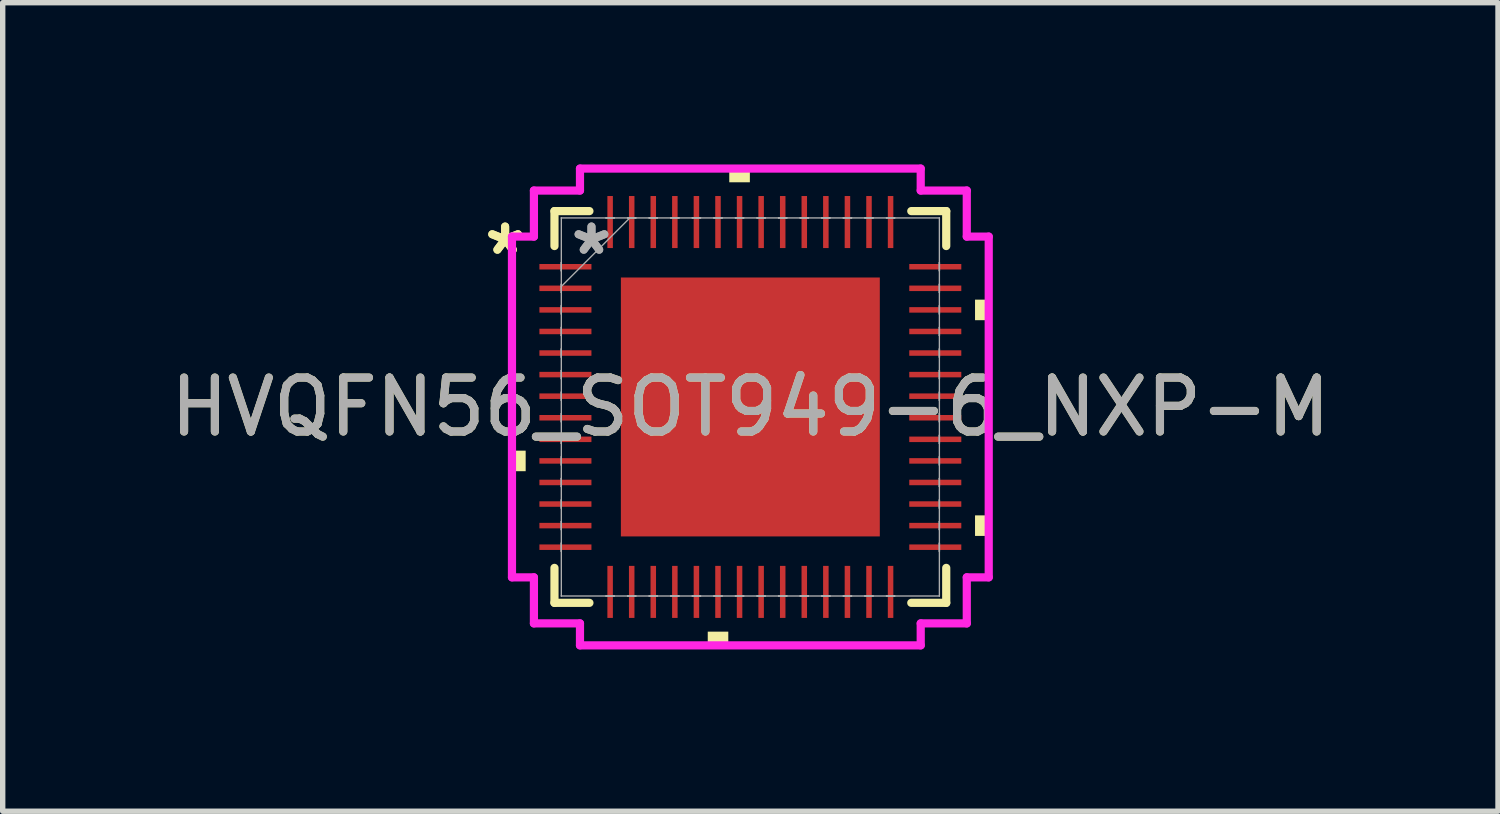
<source format=kicad_pcb>
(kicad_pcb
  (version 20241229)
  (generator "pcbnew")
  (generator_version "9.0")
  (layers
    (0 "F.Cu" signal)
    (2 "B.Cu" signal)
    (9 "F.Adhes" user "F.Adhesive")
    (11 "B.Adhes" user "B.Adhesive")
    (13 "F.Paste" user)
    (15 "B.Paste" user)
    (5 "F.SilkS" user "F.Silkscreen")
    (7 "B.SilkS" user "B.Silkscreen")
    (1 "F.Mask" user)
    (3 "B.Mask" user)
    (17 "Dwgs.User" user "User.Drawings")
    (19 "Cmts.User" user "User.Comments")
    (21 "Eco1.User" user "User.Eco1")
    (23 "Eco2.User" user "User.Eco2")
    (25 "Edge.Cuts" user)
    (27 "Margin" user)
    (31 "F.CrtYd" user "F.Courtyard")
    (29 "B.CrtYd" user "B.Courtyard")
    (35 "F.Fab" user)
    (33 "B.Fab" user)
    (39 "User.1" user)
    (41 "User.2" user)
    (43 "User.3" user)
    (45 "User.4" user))
  (footprint "HVQFN56_SOT949-6_NXP-M"
    (layer "F.Cu")
    (at 10.863 4.496)
    (property "Reference" "HVQFN56_SOT949-6_NXP-M" (at 0 0 0) (unlocked yes) (layer "F.SilkS") (effects (font (size 1 1) (thickness 0.15))))
    (attr smd)
    (fp_line (start -3.632 -3.632) (end -3.632 -2.984) (stroke (width 0.152) (type solid)) (layer "F.SilkS"))
    (fp_line (start -3.632 2.984) (end -3.632 3.632) (stroke (width 0.152) (type solid)) (layer "F.SilkS"))
    (fp_line (start -3.632 3.632) (end -2.984 3.632) (stroke (width 0.152) (type solid)) (layer "F.SilkS"))
    (fp_line (start -2.984 -3.632) (end -3.632 -3.632) (stroke (width 0.152) (type solid)) (layer "F.SilkS"))
    (fp_line (start 2.984 3.632) (end 3.632 3.632) (stroke (width 0.152) (type solid)) (layer "F.SilkS"))
    (fp_line (start 3.632 -3.632) (end 2.984 -3.632) (stroke (width 0.152) (type solid)) (layer "F.SilkS"))
    (fp_line (start 3.632 -2.984) (end 3.632 -3.632) (stroke (width 0.152) (type solid)) (layer "F.SilkS"))
    (fp_line (start 3.632 3.632) (end 3.632 2.984) (stroke (width 0.152) (type solid)) (layer "F.SilkS"))
    (fp_poly (pts (xy -4.42 0.81) (xy -4.42 1.191) (xy -4.166 1.191) (xy -4.166 0.81)) (stroke (width 0) (type solid)) (fill yes) (layer "F.SilkS"))
    (fp_poly (pts (xy -0.79 4.166) (xy -0.79 4.42) (xy -0.409 4.42) (xy -0.409 4.166)) (stroke (width 0) (type solid)) (fill yes) (layer "F.SilkS"))
    (fp_poly (pts (xy -0.391 -4.166) (xy -0.391 -4.42) (xy -0.009 -4.42) (xy -0.009 -4.166)) (stroke (width 0) (type solid)) (fill yes) (layer "F.SilkS"))
    (fp_poly (pts (xy 4.42 -1.99) (xy 4.42 -1.609) (xy 4.166 -1.609) (xy 4.166 -1.99)) (stroke (width 0) (type solid)) (fill yes) (layer "F.SilkS"))
    (fp_poly (pts (xy 4.42 2.01) (xy 4.42 2.391) (xy 4.166 2.391) (xy 4.166 2.01)) (stroke (width 0) (type solid)) (fill yes) (layer "F.SilkS"))
    (fp_poly (pts (xy -2.3 -2.3) (xy -2.3 -0.9) (xy -0.9 -0.9) (xy -0.9 -2.3)) (stroke (width 0) (type solid)) (fill yes) (layer "F.Paste"))
    (fp_poly (pts (xy -2.3 -0.7) (xy -2.3 0.7) (xy -0.9 0.7) (xy -0.9 -0.7)) (stroke (width 0) (type solid)) (fill yes) (layer "F.Paste"))
    (fp_poly (pts (xy -2.3 0.9) (xy -2.3 2.3) (xy -0.9 2.3) (xy -0.9 0.9)) (stroke (width 0) (type solid)) (fill yes) (layer "F.Paste"))
    (fp_poly (pts (xy -0.7 -2.3) (xy -0.7 -0.9) (xy 0.7 -0.9) (xy 0.7 -2.3)) (stroke (width 0) (type solid)) (fill yes) (layer "F.Paste"))
    (fp_poly (pts (xy -0.7 -0.7) (xy -0.7 0.7) (xy 0.7 0.7) (xy 0.7 -0.7)) (stroke (width 0) (type solid)) (fill yes) (layer "F.Paste"))
    (fp_poly (pts (xy -0.7 0.9) (xy -0.7 2.3) (xy 0.7 2.3) (xy 0.7 0.9)) (stroke (width 0) (type solid)) (fill yes) (layer "F.Paste"))
    (fp_poly (pts (xy 0.9 -2.3) (xy 0.9 -0.9) (xy 2.3 -0.9) (xy 2.3 -2.3)) (stroke (width 0) (type solid)) (fill yes) (layer "F.Paste"))
    (fp_poly (pts (xy 0.9 -0.7) (xy 0.9 0.7) (xy 2.3 0.7) (xy 2.3 -0.7)) (stroke (width 0) (type solid)) (fill yes) (layer "F.Paste"))
    (fp_poly (pts (xy 0.9 0.9) (xy 0.9 2.3) (xy 2.3 2.3) (xy 2.3 0.9)) (stroke (width 0) (type solid)) (fill yes) (layer "F.Paste"))
    (fp_line (start -4.42 -3.159) (end -4.013 -3.159) (stroke (width 0.152) (type solid)) (layer "F.CrtYd"))
    (fp_line (start -4.42 3.159) (end -4.42 -3.159) (stroke (width 0.152) (type solid)) (layer "F.CrtYd"))
    (fp_line (start -4.013 -4.013) (end -3.159 -4.013) (stroke (width 0.152) (type solid)) (layer "F.CrtYd"))
    (fp_line (start -4.013 -3.159) (end -4.013 -4.013) (stroke (width 0.152) (type solid)) (layer "F.CrtYd"))
    (fp_line (start -4.013 3.159) (end -4.42 3.159) (stroke (width 0.152) (type solid)) (layer "F.CrtYd"))
    (fp_line (start -4.013 4.013) (end -4.013 3.159) (stroke (width 0.152) (type solid)) (layer "F.CrtYd"))
    (fp_line (start -3.159 -4.42) (end 3.159 -4.42) (stroke (width 0.152) (type solid)) (layer "F.CrtYd"))
    (fp_line (start -3.159 -4.013) (end -3.159 -4.42) (stroke (width 0.152) (type solid)) (layer "F.CrtYd"))
    (fp_line (start -3.159 4.013) (end -4.013 4.013) (stroke (width 0.152) (type solid)) (layer "F.CrtYd"))
    (fp_line (start -3.159 4.42) (end -3.159 4.013) (stroke (width 0.152) (type solid)) (layer "F.CrtYd"))
    (fp_line (start 3.159 -4.42) (end 3.159 -4.013) (stroke (width 0.152) (type solid)) (layer "F.CrtYd"))
    (fp_line (start 3.159 -4.013) (end 4.013 -4.013) (stroke (width 0.152) (type solid)) (layer "F.CrtYd"))
    (fp_line (start 3.159 4.013) (end 3.159 4.42) (stroke (width 0.152) (type solid)) (layer "F.CrtYd"))
    (fp_line (start 3.159 4.42) (end -3.159 4.42) (stroke (width 0.152) (type solid)) (layer "F.CrtYd"))
    (fp_line (start 4.013 -4.013) (end 4.013 -3.159) (stroke (width 0.152) (type solid)) (layer "F.CrtYd"))
    (fp_line (start 4.013 -3.159) (end 4.42 -3.159) (stroke (width 0.152) (type solid)) (layer "F.CrtYd"))
    (fp_line (start 4.013 3.159) (end 4.013 4.013) (stroke (width 0.152) (type solid)) (layer "F.CrtYd"))
    (fp_line (start 4.013 4.013) (end 3.159 4.013) (stroke (width 0.152) (type solid)) (layer "F.CrtYd"))
    (fp_line (start 4.42 -3.159) (end 4.42 3.159) (stroke (width 0.152) (type solid)) (layer "F.CrtYd"))
    (fp_line (start 4.42 3.159) (end 4.013 3.159) (stroke (width 0.152) (type solid)) (layer "F.CrtYd"))
    (fp_line (start -3.505 -3.505) (end -3.505 -3.505) (stroke (width 0.025) (type solid)) (layer "F.Fab"))
    (fp_line (start -3.505 -3.505) (end -3.505 3.505) (stroke (width 0.025) (type solid)) (layer "F.Fab"))
    (fp_line (start -3.505 -2.676) (end -3.505 -2.676) (stroke (width 0.025) (type solid)) (layer "F.Fab"))
    (fp_line (start -3.505 -2.676) (end -3.505 -2.524) (stroke (width 0.025) (type solid)) (layer "F.Fab"))
    (fp_line (start -3.505 -2.524) (end -3.505 -2.676) (stroke (width 0.025) (type solid)) (layer "F.Fab"))
    (fp_line (start -3.505 -2.524) (end -3.505 -2.524) (stroke (width 0.025) (type solid)) (layer "F.Fab"))
    (fp_line (start -3.505 -2.276) (end -3.505 -2.276) (stroke (width 0.025) (type solid)) (layer "F.Fab"))
    (fp_line (start -3.505 -2.276) (end -3.505 -2.124) (stroke (width 0.025) (type solid)) (layer "F.Fab"))
    (fp_line (start -3.505 -2.235) (end -2.235 -3.505) (stroke (width 0.025) (type solid)) (layer "F.Fab"))
    (fp_line (start -3.505 -2.124) (end -3.505 -2.276) (stroke (width 0.025) (type solid)) (layer "F.Fab"))
    (fp_line (start -3.505 -2.124) (end -3.505 -2.124) (stroke (width 0.025) (type solid)) (layer "F.Fab"))
    (fp_line (start -3.505 -1.876) (end -3.505 -1.876) (stroke (width 0.025) (type solid)) (layer "F.Fab"))
    (fp_line (start -3.505 -1.876) (end -3.505 -1.724) (stroke (width 0.025) (type solid)) (layer "F.Fab"))
    (fp_line (start -3.505 -1.724) (end -3.505 -1.876) (stroke (width 0.025) (type solid)) (layer "F.Fab"))
    (fp_line (start -3.505 -1.724) (end -3.505 -1.724) (stroke (width 0.025) (type solid)) (layer "F.Fab"))
    (fp_line (start -3.505 -1.476) (end -3.505 -1.476) (stroke (width 0.025) (type solid)) (layer "F.Fab"))
    (fp_line (start -3.505 -1.476) (end -3.505 -1.324) (stroke (width 0.025) (type solid)) (layer "F.Fab"))
    (fp_line (start -3.505 -1.324) (end -3.505 -1.476) (stroke (width 0.025) (type solid)) (layer "F.Fab"))
    (fp_line (start -3.505 -1.324) (end -3.505 -1.324) (stroke (width 0.025) (type solid)) (layer "F.Fab"))
    (fp_line (start -3.505 -1.076) (end -3.505 -1.076) (stroke (width 0.025) (type solid)) (layer "F.Fab"))
    (fp_line (start -3.505 -1.076) (end -3.505 -0.924) (stroke (width 0.025) (type solid)) (layer "F.Fab"))
    (fp_line (start -3.505 -0.924) (end -3.505 -1.076) (stroke (width 0.025) (type solid)) (layer "F.Fab"))
    (fp_line (start -3.505 -0.924) (end -3.505 -0.924) (stroke (width 0.025) (type solid)) (layer "F.Fab"))
    (fp_line (start -3.505 -0.676) (end -3.505 -0.676) (stroke (width 0.025) (type solid)) (layer "F.Fab"))
    (fp_line (start -3.505 -0.676) (end -3.505 -0.524) (stroke (width 0.025) (type solid)) (layer "F.Fab"))
    (fp_line (start -3.505 -0.524) (end -3.505 -0.676) (stroke (width 0.025) (type solid)) (layer "F.Fab"))
    (fp_line (start -3.505 -0.524) (end -3.505 -0.524) (stroke (width 0.025) (type solid)) (layer "F.Fab"))
    (fp_line (start -3.505 -0.276) (end -3.505 -0.276) (stroke (width 0.025) (type solid)) (layer "F.Fab"))
    (fp_line (start -3.505 -0.276) (end -3.505 -0.124) (stroke (width 0.025) (type solid)) (layer "F.Fab"))
    (fp_line (start -3.505 -0.124) (end -3.505 -0.276) (stroke (width 0.025) (type solid)) (layer "F.Fab"))
    (fp_line (start -3.505 -0.124) (end -3.505 -0.124) (stroke (width 0.025) (type solid)) (layer "F.Fab"))
    (fp_line (start -3.505 0.124) (end -3.505 0.124) (stroke (width 0.025) (type solid)) (layer "F.Fab"))
    (fp_line (start -3.505 0.124) (end -3.505 0.276) (stroke (width 0.025) (type solid)) (layer "F.Fab"))
    (fp_line (start -3.505 0.276) (end -3.505 0.124) (stroke (width 0.025) (type solid)) (layer "F.Fab"))
    (fp_line (start -3.505 0.276) (end -3.505 0.276) (stroke (width 0.025) (type solid)) (layer "F.Fab"))
    (fp_line (start -3.505 0.524) (end -3.505 0.524) (stroke (width 0.025) (type solid)) (layer "F.Fab"))
    (fp_line (start -3.505 0.524) (end -3.505 0.676) (stroke (width 0.025) (type solid)) (layer "F.Fab"))
    (fp_line (start -3.505 0.676) (end -3.505 0.524) (stroke (width 0.025) (type solid)) (layer "F.Fab"))
    (fp_line (start -3.505 0.676) (end -3.505 0.676) (stroke (width 0.025) (type solid)) (layer "F.Fab"))
    (fp_line (start -3.505 0.924) (end -3.505 0.924) (stroke (width 0.025) (type solid)) (layer "F.Fab"))
    (fp_line (start -3.505 0.924) (end -3.505 1.076) (stroke (width 0.025) (type solid)) (layer "F.Fab"))
    (fp_line (start -3.505 1.076) (end -3.505 0.924) (stroke (width 0.025) (type solid)) (layer "F.Fab"))
    (fp_line (start -3.505 1.076) (end -3.505 1.076) (stroke (width 0.025) (type solid)) (layer "F.Fab"))
    (fp_line (start -3.505 1.324) (end -3.505 1.324) (stroke (width 0.025) (type solid)) (layer "F.Fab"))
    (fp_line (start -3.505 1.324) (end -3.505 1.476) (stroke (width 0.025) (type solid)) (layer "F.Fab"))
    (fp_line (start -3.505 1.476) (end -3.505 1.324) (stroke (width 0.025) (type solid)) (layer "F.Fab"))
    (fp_line (start -3.505 1.476) (end -3.505 1.476) (stroke (width 0.025) (type solid)) (layer "F.Fab"))
    (fp_line (start -3.505 1.724) (end -3.505 1.724) (stroke (width 0.025) (type solid)) (layer "F.Fab"))
    (fp_line (start -3.505 1.724) (end -3.505 1.876) (stroke (width 0.025) (type solid)) (layer "F.Fab"))
    (fp_line (start -3.505 1.876) (end -3.505 1.724) (stroke (width 0.025) (type solid)) (layer "F.Fab"))
    (fp_line (start -3.505 1.876) (end -3.505 1.876) (stroke (width 0.025) (type solid)) (layer "F.Fab"))
    (fp_line (start -3.505 2.124) (end -3.505 2.124) (stroke (width 0.025) (type solid)) (layer "F.Fab"))
    (fp_line (start -3.505 2.124) (end -3.505 2.276) (stroke (width 0.025) (type solid)) (layer "F.Fab"))
    (fp_line (start -3.505 2.276) (end -3.505 2.124) (stroke (width 0.025) (type solid)) (layer "F.Fab"))
    (fp_line (start -3.505 2.276) (end -3.505 2.276) (stroke (width 0.025) (type solid)) (layer "F.Fab"))
    (fp_line (start -3.505 2.524) (end -3.505 2.524) (stroke (width 0.025) (type solid)) (layer "F.Fab"))
    (fp_line (start -3.505 2.524) (end -3.505 2.676) (stroke (width 0.025) (type solid)) (layer "F.Fab"))
    (fp_line (start -3.505 2.676) (end -3.505 2.524) (stroke (width 0.025) (type solid)) (layer "F.Fab"))
    (fp_line (start -3.505 2.676) (end -3.505 2.676) (stroke (width 0.025) (type solid)) (layer "F.Fab"))
    (fp_line (start -3.505 3.505) (end -3.505 3.505) (stroke (width 0.025) (type solid)) (layer "F.Fab"))
    (fp_line (start -3.505 3.505) (end 3.505 3.505) (stroke (width 0.025) (type solid)) (layer "F.Fab"))
    (fp_line (start -2.676 -3.505) (end -2.676 -3.505) (stroke (width 0.025) (type solid)) (layer "F.Fab"))
    (fp_line (start -2.676 -3.505) (end -2.524 -3.505) (stroke (width 0.025) (type solid)) (layer "F.Fab"))
    (fp_line (start -2.676 3.505) (end -2.676 3.505) (stroke (width 0.025) (type solid)) (layer "F.Fab"))
    (fp_line (start -2.676 3.505) (end -2.524 3.505) (stroke (width 0.025) (type solid)) (layer "F.Fab"))
    (fp_line (start -2.524 -3.505) (end -2.676 -3.505) (stroke (width 0.025) (type solid)) (layer "F.Fab"))
    (fp_line (start -2.524 -3.505) (end -2.524 -3.505) (stroke (width 0.025) (type solid)) (layer "F.Fab"))
    (fp_line (start -2.524 3.505) (end -2.676 3.505) (stroke (width 0.025) (type solid)) (layer "F.Fab"))
    (fp_line (start -2.524 3.505) (end -2.524 3.505) (stroke (width 0.025) (type solid)) (layer "F.Fab"))
    (fp_line (start -2.276 -3.505) (end -2.276 -3.505) (stroke (width 0.025) (type solid)) (layer "F.Fab"))
    (fp_line (start -2.276 -3.505) (end -2.124 -3.505) (stroke (width 0.025) (type solid)) (layer "F.Fab"))
    (fp_line (start -2.276 3.505) (end -2.276 3.505) (stroke (width 0.025) (type solid)) (layer "F.Fab"))
    (fp_line (start -2.276 3.505) (end -2.124 3.505) (stroke (width 0.025) (type solid)) (layer "F.Fab"))
    (fp_line (start -2.124 -3.505) (end -2.276 -3.505) (stroke (width 0.025) (type solid)) (layer "F.Fab"))
    (fp_line (start -2.124 -3.505) (end -2.124 -3.505) (stroke (width 0.025) (type solid)) (layer "F.Fab"))
    (fp_line (start -2.124 3.505) (end -2.276 3.505) (stroke (width 0.025) (type solid)) (layer "F.Fab"))
    (fp_line (start -2.124 3.505) (end -2.124 3.505) (stroke (width 0.025) (type solid)) (layer "F.Fab"))
    (fp_line (start -1.876 -3.505) (end -1.876 -3.505) (stroke (width 0.025) (type solid)) (layer "F.Fab"))
    (fp_line (start -1.876 -3.505) (end -1.724 -3.505) (stroke (width 0.025) (type solid)) (layer "F.Fab"))
    (fp_line (start -1.876 3.505) (end -1.876 3.505) (stroke (width 0.025) (type solid)) (layer "F.Fab"))
    (fp_line (start -1.876 3.505) (end -1.724 3.505) (stroke (width 0.025) (type solid)) (layer "F.Fab"))
    (fp_line (start -1.724 -3.505) (end -1.876 -3.505) (stroke (width 0.025) (type solid)) (layer "F.Fab"))
    (fp_line (start -1.724 -3.505) (end -1.724 -3.505) (stroke (width 0.025) (type solid)) (layer "F.Fab"))
    (fp_line (start -1.724 3.505) (end -1.876 3.505) (stroke (width 0.025) (type solid)) (layer "F.Fab"))
    (fp_line (start -1.724 3.505) (end -1.724 3.505) (stroke (width 0.025) (type solid)) (layer "F.Fab"))
    (fp_line (start -1.476 -3.505) (end -1.476 -3.505) (stroke (width 0.025) (type solid)) (layer "F.Fab"))
    (fp_line (start -1.476 -3.505) (end -1.324 -3.505) (stroke (width 0.025) (type solid)) (layer "F.Fab"))
    (fp_line (start -1.476 3.505) (end -1.476 3.505) (stroke (width 0.025) (type solid)) (layer "F.Fab"))
    (fp_line (start -1.476 3.505) (end -1.324 3.505) (stroke (width 0.025) (type solid)) (layer "F.Fab"))
    (fp_line (start -1.324 -3.505) (end -1.476 -3.505) (stroke (width 0.025) (type solid)) (layer "F.Fab"))
    (fp_line (start -1.324 -3.505) (end -1.324 -3.505) (stroke (width 0.025) (type solid)) (layer "F.Fab"))
    (fp_line (start -1.324 3.505) (end -1.476 3.505) (stroke (width 0.025) (type solid)) (layer "F.Fab"))
    (fp_line (start -1.324 3.505) (end -1.324 3.505) (stroke (width 0.025) (type solid)) (layer "F.Fab"))
    (fp_line (start -1.076 -3.505) (end -1.076 -3.505) (stroke (width 0.025) (type solid)) (layer "F.Fab"))
    (fp_line (start -1.076 -3.505) (end -0.924 -3.505) (stroke (width 0.025) (type solid)) (layer "F.Fab"))
    (fp_line (start -1.076 3.505) (end -1.076 3.505) (stroke (width 0.025) (type solid)) (layer "F.Fab"))
    (fp_line (start -1.076 3.505) (end -0.924 3.505) (stroke (width 0.025) (type solid)) (layer "F.Fab"))
    (fp_line (start -0.924 -3.505) (end -1.076 -3.505) (stroke (width 0.025) (type solid)) (layer "F.Fab"))
    (fp_line (start -0.924 -3.505) (end -0.924 -3.505) (stroke (width 0.025) (type solid)) (layer "F.Fab"))
    (fp_line (start -0.924 3.505) (end -1.076 3.505) (stroke (width 0.025) (type solid)) (layer "F.Fab"))
    (fp_line (start -0.924 3.505) (end -0.924 3.505) (stroke (width 0.025) (type solid)) (layer "F.Fab"))
    (fp_line (start -0.676 -3.505) (end -0.676 -3.505) (stroke (width 0.025) (type solid)) (layer "F.Fab"))
    (fp_line (start -0.676 -3.505) (end -0.524 -3.505) (stroke (width 0.025) (type solid)) (layer "F.Fab"))
    (fp_line (start -0.676 3.505) (end -0.676 3.505) (stroke (width 0.025) (type solid)) (layer "F.Fab"))
    (fp_line (start -0.676 3.505) (end -0.524 3.505) (stroke (width 0.025) (type solid)) (layer "F.Fab"))
    (fp_line (start -0.524 -3.505) (end -0.676 -3.505) (stroke (width 0.025) (type solid)) (layer "F.Fab"))
    (fp_line (start -0.524 -3.505) (end -0.524 -3.505) (stroke (width 0.025) (type solid)) (layer "F.Fab"))
    (fp_line (start -0.524 3.505) (end -0.676 3.505) (stroke (width 0.025) (type solid)) (layer "F.Fab"))
    (fp_line (start -0.524 3.505) (end -0.524 3.505) (stroke (width 0.025) (type solid)) (layer "F.Fab"))
    (fp_line (start -0.276 -3.505) (end -0.276 -3.505) (stroke (width 0.025) (type solid)) (layer "F.Fab"))
    (fp_line (start -0.276 -3.505) (end -0.124 -3.505) (stroke (width 0.025) (type solid)) (layer "F.Fab"))
    (fp_line (start -0.276 3.505) (end -0.276 3.505) (stroke (width 0.025) (type solid)) (layer "F.Fab"))
    (fp_line (start -0.276 3.505) (end -0.124 3.505) (stroke (width 0.025) (type solid)) (layer "F.Fab"))
    (fp_line (start -0.124 -3.505) (end -0.276 -3.505) (stroke (width 0.025) (type solid)) (layer "F.Fab"))
    (fp_line (start -0.124 -3.505) (end -0.124 -3.505) (stroke (width 0.025) (type solid)) (layer "F.Fab"))
    (fp_line (start -0.124 3.505) (end -0.276 3.505) (stroke (width 0.025) (type solid)) (layer "F.Fab"))
    (fp_line (start -0.124 3.505) (end -0.124 3.505) (stroke (width 0.025) (type solid)) (layer "F.Fab"))
    (fp_line (start 0.124 -3.505) (end 0.124 -3.505) (stroke (width 0.025) (type solid)) (layer "F.Fab"))
    (fp_line (start 0.124 -3.505) (end 0.276 -3.505) (stroke (width 0.025) (type solid)) (layer "F.Fab"))
    (fp_line (start 0.124 3.505) (end 0.124 3.505) (stroke (width 0.025) (type solid)) (layer "F.Fab"))
    (fp_line (start 0.124 3.505) (end 0.276 3.505) (stroke (width 0.025) (type solid)) (layer "F.Fab"))
    (fp_line (start 0.276 -3.505) (end 0.124 -3.505) (stroke (width 0.025) (type solid)) (layer "F.Fab"))
    (fp_line (start 0.276 -3.505) (end 0.276 -3.505) (stroke (width 0.025) (type solid)) (layer "F.Fab"))
    (fp_line (start 0.276 3.505) (end 0.124 3.505) (stroke (width 0.025) (type solid)) (layer "F.Fab"))
    (fp_line (start 0.276 3.505) (end 0.276 3.505) (stroke (width 0.025) (type solid)) (layer "F.Fab"))
    (fp_line (start 0.524 -3.505) (end 0.524 -3.505) (stroke (width 0.025) (type solid)) (layer "F.Fab"))
    (fp_line (start 0.524 -3.505) (end 0.676 -3.505) (stroke (width 0.025) (type solid)) (layer "F.Fab"))
    (fp_line (start 0.524 3.505) (end 0.524 3.505) (stroke (width 0.025) (type solid)) (layer "F.Fab"))
    (fp_line (start 0.524 3.505) (end 0.676 3.505) (stroke (width 0.025) (type solid)) (layer "F.Fab"))
    (fp_line (start 0.676 -3.505) (end 0.524 -3.505) (stroke (width 0.025) (type solid)) (layer "F.Fab"))
    (fp_line (start 0.676 -3.505) (end 0.676 -3.505) (stroke (width 0.025) (type solid)) (layer "F.Fab"))
    (fp_line (start 0.676 3.505) (end 0.524 3.505) (stroke (width 0.025) (type solid)) (layer "F.Fab"))
    (fp_line (start 0.676 3.505) (end 0.676 3.505) (stroke (width 0.025) (type solid)) (layer "F.Fab"))
    (fp_line (start 0.924 -3.505) (end 0.924 -3.505) (stroke (width 0.025) (type solid)) (layer "F.Fab"))
    (fp_line (start 0.924 -3.505) (end 1.076 -3.505) (stroke (width 0.025) (type solid)) (layer "F.Fab"))
    (fp_line (start 0.924 3.505) (end 0.924 3.505) (stroke (width 0.025) (type solid)) (layer "F.Fab"))
    (fp_line (start 0.924 3.505) (end 1.076 3.505) (stroke (width 0.025) (type solid)) (layer "F.Fab"))
    (fp_line (start 1.076 -3.505) (end 0.924 -3.505) (stroke (width 0.025) (type solid)) (layer "F.Fab"))
    (fp_line (start 1.076 -3.505) (end 1.076 -3.505) (stroke (width 0.025) (type solid)) (layer "F.Fab"))
    (fp_line (start 1.076 3.505) (end 0.924 3.505) (stroke (width 0.025) (type solid)) (layer "F.Fab"))
    (fp_line (start 1.076 3.505) (end 1.076 3.505) (stroke (width 0.025) (type solid)) (layer "F.Fab"))
    (fp_line (start 1.324 -3.505) (end 1.324 -3.505) (stroke (width 0.025) (type solid)) (layer "F.Fab"))
    (fp_line (start 1.324 -3.505) (end 1.476 -3.505) (stroke (width 0.025) (type solid)) (layer "F.Fab"))
    (fp_line (start 1.324 3.505) (end 1.324 3.505) (stroke (width 0.025) (type solid)) (layer "F.Fab"))
    (fp_line (start 1.324 3.505) (end 1.476 3.505) (stroke (width 0.025) (type solid)) (layer "F.Fab"))
    (fp_line (start 1.476 -3.505) (end 1.324 -3.505) (stroke (width 0.025) (type solid)) (layer "F.Fab"))
    (fp_line (start 1.476 -3.505) (end 1.476 -3.505) (stroke (width 0.025) (type solid)) (layer "F.Fab"))
    (fp_line (start 1.476 3.505) (end 1.324 3.505) (stroke (width 0.025) (type solid)) (layer "F.Fab"))
    (fp_line (start 1.476 3.505) (end 1.476 3.505) (stroke (width 0.025) (type solid)) (layer "F.Fab"))
    (fp_line (start 1.724 -3.505) (end 1.724 -3.505) (stroke (width 0.025) (type solid)) (layer "F.Fab"))
    (fp_line (start 1.724 -3.505) (end 1.876 -3.505) (stroke (width 0.025) (type solid)) (layer "F.Fab"))
    (fp_line (start 1.724 3.505) (end 1.724 3.505) (stroke (width 0.025) (type solid)) (layer "F.Fab"))
    (fp_line (start 1.724 3.505) (end 1.876 3.505) (stroke (width 0.025) (type solid)) (layer "F.Fab"))
    (fp_line (start 1.876 -3.505) (end 1.724 -3.505) (stroke (width 0.025) (type solid)) (layer "F.Fab"))
    (fp_line (start 1.876 -3.505) (end 1.876 -3.505) (stroke (width 0.025) (type solid)) (layer "F.Fab"))
    (fp_line (start 1.876 3.505) (end 1.724 3.505) (stroke (width 0.025) (type solid)) (layer "F.Fab"))
    (fp_line (start 1.876 3.505) (end 1.876 3.505) (stroke (width 0.025) (type solid)) (layer "F.Fab"))
    (fp_line (start 2.124 -3.505) (end 2.124 -3.505) (stroke (width 0.025) (type solid)) (layer "F.Fab"))
    (fp_line (start 2.124 -3.505) (end 2.276 -3.505) (stroke (width 0.025) (type solid)) (layer "F.Fab"))
    (fp_line (start 2.124 3.505) (end 2.124 3.505) (stroke (width 0.025) (type solid)) (layer "F.Fab"))
    (fp_line (start 2.124 3.505) (end 2.276 3.505) (stroke (width 0.025) (type solid)) (layer "F.Fab"))
    (fp_line (start 2.276 -3.505) (end 2.124 -3.505) (stroke (width 0.025) (type solid)) (layer "F.Fab"))
    (fp_line (start 2.276 -3.505) (end 2.276 -3.505) (stroke (width 0.025) (type solid)) (layer "F.Fab"))
    (fp_line (start 2.276 3.505) (end 2.124 3.505) (stroke (width 0.025) (type solid)) (layer "F.Fab"))
    (fp_line (start 2.276 3.505) (end 2.276 3.505) (stroke (width 0.025) (type solid)) (layer "F.Fab"))
    (fp_line (start 2.524 -3.505) (end 2.524 -3.505) (stroke (width 0.025) (type solid)) (layer "F.Fab"))
    (fp_line (start 2.524 -3.505) (end 2.676 -3.505) (stroke (width 0.025) (type solid)) (layer "F.Fab"))
    (fp_line (start 2.524 3.505) (end 2.524 3.505) (stroke (width 0.025) (type solid)) (layer "F.Fab"))
    (fp_line (start 2.524 3.505) (end 2.676 3.505) (stroke (width 0.025) (type solid)) (layer "F.Fab"))
    (fp_line (start 2.676 -3.505) (end 2.524 -3.505) (stroke (width 0.025) (type solid)) (layer "F.Fab"))
    (fp_line (start 2.676 -3.505) (end 2.676 -3.505) (stroke (width 0.025) (type solid)) (layer "F.Fab"))
    (fp_line (start 2.676 3.505) (end 2.524 3.505) (stroke (width 0.025) (type solid)) (layer "F.Fab"))
    (fp_line (start 2.676 3.505) (end 2.676 3.505) (stroke (width 0.025) (type solid)) (layer "F.Fab"))
    (fp_line (start 3.505 -3.505) (end -3.505 -3.505) (stroke (width 0.025) (type solid)) (layer "F.Fab"))
    (fp_line (start 3.505 -3.505) (end 3.505 -3.505) (stroke (width 0.025) (type solid)) (layer "F.Fab"))
    (fp_line (start 3.505 -2.676) (end 3.505 -2.676) (stroke (width 0.025) (type solid)) (layer "F.Fab"))
    (fp_line (start 3.505 -2.676) (end 3.505 -2.524) (stroke (width 0.025) (type solid)) (layer "F.Fab"))
    (fp_line (start 3.505 -2.524) (end 3.505 -2.676) (stroke (width 0.025) (type solid)) (layer "F.Fab"))
    (fp_line (start 3.505 -2.524) (end 3.505 -2.524) (stroke (width 0.025) (type solid)) (layer "F.Fab"))
    (fp_line (start 3.505 -2.276) (end 3.505 -2.276) (stroke (width 0.025) (type solid)) (layer "F.Fab"))
    (fp_line (start 3.505 -2.276) (end 3.505 -2.124) (stroke (width 0.025) (type solid)) (layer "F.Fab"))
    (fp_line (start 3.505 -2.124) (end 3.505 -2.276) (stroke (width 0.025) (type solid)) (layer "F.Fab"))
    (fp_line (start 3.505 -2.124) (end 3.505 -2.124) (stroke (width 0.025) (type solid)) (layer "F.Fab"))
    (fp_line (start 3.505 -1.876) (end 3.505 -1.876) (stroke (width 0.025) (type solid)) (layer "F.Fab"))
    (fp_line (start 3.505 -1.876) (end 3.505 -1.724) (stroke (width 0.025) (type solid)) (layer "F.Fab"))
    (fp_line (start 3.505 -1.724) (end 3.505 -1.876) (stroke (width 0.025) (type solid)) (layer "F.Fab"))
    (fp_line (start 3.505 -1.724) (end 3.505 -1.724) (stroke (width 0.025) (type solid)) (layer "F.Fab"))
    (fp_line (start 3.505 -1.476) (end 3.505 -1.476) (stroke (width 0.025) (type solid)) (layer "F.Fab"))
    (fp_line (start 3.505 -1.476) (end 3.505 -1.324) (stroke (width 0.025) (type solid)) (layer "F.Fab"))
    (fp_line (start 3.505 -1.324) (end 3.505 -1.476) (stroke (width 0.025) (type solid)) (layer "F.Fab"))
    (fp_line (start 3.505 -1.324) (end 3.505 -1.324) (stroke (width 0.025) (type solid)) (layer "F.Fab"))
    (fp_line (start 3.505 -1.076) (end 3.505 -1.076) (stroke (width 0.025) (type solid)) (layer "F.Fab"))
    (fp_line (start 3.505 -1.076) (end 3.505 -0.924) (stroke (width 0.025) (type solid)) (layer "F.Fab"))
    (fp_line (start 3.505 -0.924) (end 3.505 -1.076) (stroke (width 0.025) (type solid)) (layer "F.Fab"))
    (fp_line (start 3.505 -0.924) (end 3.505 -0.924) (stroke (width 0.025) (type solid)) (layer "F.Fab"))
    (fp_line (start 3.505 -0.676) (end 3.505 -0.676) (stroke (width 0.025) (type solid)) (layer "F.Fab"))
    (fp_line (start 3.505 -0.676) (end 3.505 -0.524) (stroke (width 0.025) (type solid)) (layer "F.Fab"))
    (fp_line (start 3.505 -0.524) (end 3.505 -0.676) (stroke (width 0.025) (type solid)) (layer "F.Fab"))
    (fp_line (start 3.505 -0.524) (end 3.505 -0.524) (stroke (width 0.025) (type solid)) (layer "F.Fab"))
    (fp_line (start 3.505 -0.276) (end 3.505 -0.276) (stroke (width 0.025) (type solid)) (layer "F.Fab"))
    (fp_line (start 3.505 -0.276) (end 3.505 -0.124) (stroke (width 0.025) (type solid)) (layer "F.Fab"))
    (fp_line (start 3.505 -0.124) (end 3.505 -0.276) (stroke (width 0.025) (type solid)) (layer "F.Fab"))
    (fp_line (start 3.505 -0.124) (end 3.505 -0.124) (stroke (width 0.025) (type solid)) (layer "F.Fab"))
    (fp_line (start 3.505 0.124) (end 3.505 0.124) (stroke (width 0.025) (type solid)) (layer "F.Fab"))
    (fp_line (start 3.505 0.124) (end 3.505 0.276) (stroke (width 0.025) (type solid)) (layer "F.Fab"))
    (fp_line (start 3.505 0.276) (end 3.505 0.124) (stroke (width 0.025) (type solid)) (layer "F.Fab"))
    (fp_line (start 3.505 0.276) (end 3.505 0.276) (stroke (width 0.025) (type solid)) (layer "F.Fab"))
    (fp_line (start 3.505 0.524) (end 3.505 0.524) (stroke (width 0.025) (type solid)) (layer "F.Fab"))
    (fp_line (start 3.505 0.524) (end 3.505 0.676) (stroke (width 0.025) (type solid)) (layer "F.Fab"))
    (fp_line (start 3.505 0.676) (end 3.505 0.524) (stroke (width 0.025) (type solid)) (layer "F.Fab"))
    (fp_line (start 3.505 0.676) (end 3.505 0.676) (stroke (width 0.025) (type solid)) (layer "F.Fab"))
    (fp_line (start 3.505 0.924) (end 3.505 0.924) (stroke (width 0.025) (type solid)) (layer "F.Fab"))
    (fp_line (start 3.505 0.924) (end 3.505 1.076) (stroke (width 0.025) (type solid)) (layer "F.Fab"))
    (fp_line (start 3.505 1.076) (end 3.505 0.924) (stroke (width 0.025) (type solid)) (layer "F.Fab"))
    (fp_line (start 3.505 1.076) (end 3.505 1.076) (stroke (width 0.025) (type solid)) (layer "F.Fab"))
    (fp_line (start 3.505 1.324) (end 3.505 1.324) (stroke (width 0.025) (type solid)) (layer "F.Fab"))
    (fp_line (start 3.505 1.324) (end 3.505 1.476) (stroke (width 0.025) (type solid)) (layer "F.Fab"))
    (fp_line (start 3.505 1.476) (end 3.505 1.324) (stroke (width 0.025) (type solid)) (layer "F.Fab"))
    (fp_line (start 3.505 1.476) (end 3.505 1.476) (stroke (width 0.025) (type solid)) (layer "F.Fab"))
    (fp_line (start 3.505 1.724) (end 3.505 1.724) (stroke (width 0.025) (type solid)) (layer "F.Fab"))
    (fp_line (start 3.505 1.724) (end 3.505 1.876) (stroke (width 0.025) (type solid)) (layer "F.Fab"))
    (fp_line (start 3.505 1.876) (end 3.505 1.724) (stroke (width 0.025) (type solid)) (layer "F.Fab"))
    (fp_line (start 3.505 1.876) (end 3.505 1.876) (stroke (width 0.025) (type solid)) (layer "F.Fab"))
    (fp_line (start 3.505 2.124) (end 3.505 2.124) (stroke (width 0.025) (type solid)) (layer "F.Fab"))
    (fp_line (start 3.505 2.124) (end 3.505 2.276) (stroke (width 0.025) (type solid)) (layer "F.Fab"))
    (fp_line (start 3.505 2.276) (end 3.505 2.124) (stroke (width 0.025) (type solid)) (layer "F.Fab"))
    (fp_line (start 3.505 2.276) (end 3.505 2.276) (stroke (width 0.025) (type solid)) (layer "F.Fab"))
    (fp_line (start 3.505 2.524) (end 3.505 2.524) (stroke (width 0.025) (type solid)) (layer "F.Fab"))
    (fp_line (start 3.505 2.524) (end 3.505 2.676) (stroke (width 0.025) (type solid)) (layer "F.Fab"))
    (fp_line (start 3.505 2.676) (end 3.505 2.524) (stroke (width 0.025) (type solid)) (layer "F.Fab"))
    (fp_line (start 3.505 2.676) (end 3.505 2.676) (stroke (width 0.025) (type solid)) (layer "F.Fab"))
    (fp_line (start 3.505 3.505) (end 3.505 -3.505) (stroke (width 0.025) (type solid)) (layer "F.Fab"))
    (fp_line (start 3.505 3.505) (end 3.505 3.505) (stroke (width 0.025) (type solid)) (layer "F.Fab"))
    (fp_text user "*" (at -4.547 -2.8 0) (unlocked yes) (layer "F.SilkS") (effects (font (size 1 1) (thickness 0.15))))
    (fp_text user "*" (at -4.547 -2.8 0) (layer "F.SilkS") (effects (font (size 1 1) (thickness 0.15))))
    (fp_text user "*" (at -2.946 -2.8 0) (layer "F.Fab") (effects (font (size 1 1) (thickness 0.15))))
    (fp_text user "*" (at -2.946 -2.8 0) (unlocked yes) (layer "F.Fab") (effects (font (size 1 1) (thickness 0.15))))
    (fp_text user "${REFERENCE}" (at 0 0 0) (unlocked yes) (layer "F.Fab") (effects (font (size 1 1) (thickness 0.15))))
    (pad "1" smd rect (at -3.429 -2.6 90) (size 0.102 0.965) (layers "F.Cu" "F.Mask" "F.Paste"))
    (pad "2" smd rect (at -3.429 -2.2 90) (size 0.102 0.965) (layers "F.Cu" "F.Mask" "F.Paste"))
    (pad "3" smd rect (at -3.429 -1.8 90) (size 0.102 0.965) (layers "F.Cu" "F.Mask" "F.Paste"))
    (pad "4" smd rect (at -3.429 -1.4 90) (size 0.102 0.965) (layers "F.Cu" "F.Mask" "F.Paste"))
    (pad "5" smd rect (at -3.429 -1 90) (size 0.102 0.965) (layers "F.Cu" "F.Mask" "F.Paste"))
    (pad "6" smd rect (at -3.429 -0.6 90) (size 0.102 0.965) (layers "F.Cu" "F.Mask" "F.Paste"))
    (pad "7" smd rect (at -3.429 -0.2 90) (size 0.102 0.965) (layers "F.Cu" "F.Mask" "F.Paste"))
    (pad "8" smd rect (at -3.429 0.2 90) (size 0.102 0.965) (layers "F.Cu" "F.Mask" "F.Paste"))
    (pad "9" smd rect (at -3.429 0.6 90) (size 0.102 0.965) (layers "F.Cu" "F.Mask" "F.Paste"))
    (pad "10" smd rect (at -3.429 1 90) (size 0.102 0.965) (layers "F.Cu" "F.Mask" "F.Paste"))
    (pad "11" smd rect (at -3.429 1.4 90) (size 0.102 0.965) (layers "F.Cu" "F.Mask" "F.Paste"))
    (pad "12" smd rect (at -3.429 1.8 90) (size 0.102 0.965) (layers "F.Cu" "F.Mask" "F.Paste"))
    (pad "13" smd rect (at -3.429 2.2 90) (size 0.102 0.965) (layers "F.Cu" "F.Mask" "F.Paste"))
    (pad "14" smd rect (at -3.429 2.6 90) (size 0.102 0.965) (layers "F.Cu" "F.Mask" "F.Paste"))
    (pad "15" smd rect (at -2.6 3.429) (size 0.102 0.965) (layers "F.Cu" "F.Mask" "F.Paste"))
    (pad "16" smd rect (at -2.2 3.429) (size 0.102 0.965) (layers "F.Cu" "F.Mask" "F.Paste"))
    (pad "17" smd rect (at -1.8 3.429) (size 0.102 0.965) (layers "F.Cu" "F.Mask" "F.Paste"))
    (pad "18" smd rect (at -1.4 3.429) (size 0.102 0.965) (layers "F.Cu" "F.Mask" "F.Paste"))
    (pad "19" smd rect (at -1 3.429) (size 0.102 0.965) (layers "F.Cu" "F.Mask" "F.Paste"))
    (pad "20" smd rect (at -0.6 3.429) (size 0.102 0.965) (layers "F.Cu" "F.Mask" "F.Paste"))
    (pad "21" smd rect (at -0.2 3.429) (size 0.102 0.965) (layers "F.Cu" "F.Mask" "F.Paste"))
    (pad "22" smd rect (at 0.2 3.429) (size 0.102 0.965) (layers "F.Cu" "F.Mask" "F.Paste"))
    (pad "23" smd rect (at 0.6 3.429) (size 0.102 0.965) (layers "F.Cu" "F.Mask" "F.Paste"))
    (pad "24" smd rect (at 1 3.429) (size 0.102 0.965) (layers "F.Cu" "F.Mask" "F.Paste"))
    (pad "25" smd rect (at 1.4 3.429) (size 0.102 0.965) (layers "F.Cu" "F.Mask" "F.Paste"))
    (pad "26" smd rect (at 1.8 3.429) (size 0.102 0.965) (layers "F.Cu" "F.Mask" "F.Paste"))
    (pad "27" smd rect (at 2.2 3.429) (size 0.102 0.965) (layers "F.Cu" "F.Mask" "F.Paste"))
    (pad "28" smd rect (at 2.6 3.429) (size 0.102 0.965) (layers "F.Cu" "F.Mask" "F.Paste"))
    (pad "29" smd rect (at 3.429 2.6 90) (size 0.102 0.965) (layers "F.Cu" "F.Mask" "F.Paste"))
    (pad "30" smd rect (at 3.429 2.2 90) (size 0.102 0.965) (layers "F.Cu" "F.Mask" "F.Paste"))
    (pad "31" smd rect (at 3.429 1.8 90) (size 0.102 0.965) (layers "F.Cu" "F.Mask" "F.Paste"))
    (pad "32" smd rect (at 3.429 1.4 90) (size 0.102 0.965) (layers "F.Cu" "F.Mask" "F.Paste"))
    (pad "33" smd rect (at 3.429 1 90) (size 0.102 0.965) (layers "F.Cu" "F.Mask" "F.Paste"))
    (pad "34" smd rect (at 3.429 0.6 90) (size 0.102 0.965) (layers "F.Cu" "F.Mask" "F.Paste"))
    (pad "35" smd rect (at 3.429 0.2 90) (size 0.102 0.965) (layers "F.Cu" "F.Mask" "F.Paste"))
    (pad "36" smd rect (at 3.429 -0.2 90) (size 0.102 0.965) (layers "F.Cu" "F.Mask" "F.Paste"))
    (pad "37" smd rect (at 3.429 -0.6 90) (size 0.102 0.965) (layers "F.Cu" "F.Mask" "F.Paste"))
    (pad "38" smd rect (at 3.429 -1 90) (size 0.102 0.965) (layers "F.Cu" "F.Mask" "F.Paste"))
    (pad "39" smd rect (at 3.429 -1.4 90) (size 0.102 0.965) (layers "F.Cu" "F.Mask" "F.Paste"))
    (pad "40" smd rect (at 3.429 -1.8 90) (size 0.102 0.965) (layers "F.Cu" "F.Mask" "F.Paste"))
    (pad "41" smd rect (at 3.429 -2.2 90) (size 0.102 0.965) (layers "F.Cu" "F.Mask" "F.Paste"))
    (pad "42" smd rect (at 3.429 -2.6 90) (size 0.102 0.965) (layers "F.Cu" "F.Mask" "F.Paste"))
    (pad "43" smd rect (at 2.6 -3.429) (size 0.102 0.965) (layers "F.Cu" "F.Mask" "F.Paste"))
    (pad "44" smd rect (at 2.2 -3.429) (size 0.102 0.965) (layers "F.Cu" "F.Mask" "F.Paste"))
    (pad "45" smd rect (at 1.8 -3.429) (size 0.102 0.965) (layers "F.Cu" "F.Mask" "F.Paste"))
    (pad "46" smd rect (at 1.4 -3.429) (size 0.102 0.965) (layers "F.Cu" "F.Mask" "F.Paste"))
    (pad "47" smd rect (at 1 -3.429) (size 0.102 0.965) (layers "F.Cu" "F.Mask" "F.Paste"))
    (pad "48" smd rect (at 0.6 -3.429) (size 0.102 0.965) (layers "F.Cu" "F.Mask" "F.Paste"))
    (pad "49" smd rect (at 0.2 -3.429) (size 0.102 0.965) (layers "F.Cu" "F.Mask" "F.Paste"))
    (pad "50" smd rect (at -0.2 -3.429) (size 0.102 0.965) (layers "F.Cu" "F.Mask" "F.Paste"))
    (pad "51" smd rect (at -0.6 -3.429) (size 0.102 0.965) (layers "F.Cu" "F.Mask" "F.Paste"))
    (pad "52" smd rect (at -1 -3.429) (size 0.102 0.965) (layers "F.Cu" "F.Mask" "F.Paste"))
    (pad "53" smd rect (at -1.4 -3.429) (size 0.102 0.965) (layers "F.Cu" "F.Mask" "F.Paste"))
    (pad "54" smd rect (at -1.8 -3.429) (size 0.102 0.965) (layers "F.Cu" "F.Mask" "F.Paste"))
    (pad "55" smd rect (at -2.2 -3.429) (size 0.102 0.965) (layers "F.Cu" "F.Mask" "F.Paste"))
    (pad "56" smd rect (at -2.6 -3.429) (size 0.102 0.965) (layers "F.Cu" "F.Mask" "F.Paste"))
    (pad "57" smd rect (at 0 0) (size 4.801 4.801) (layers "F.Cu" "F.Mask" "F.Paste")))
  (gr_rect
    (start -3 -3)
    (end 24.726 11.992)
    (stroke (width 0.1) (type default))
    (fill no)
    (layer "Edge.Cuts")))
</source>
